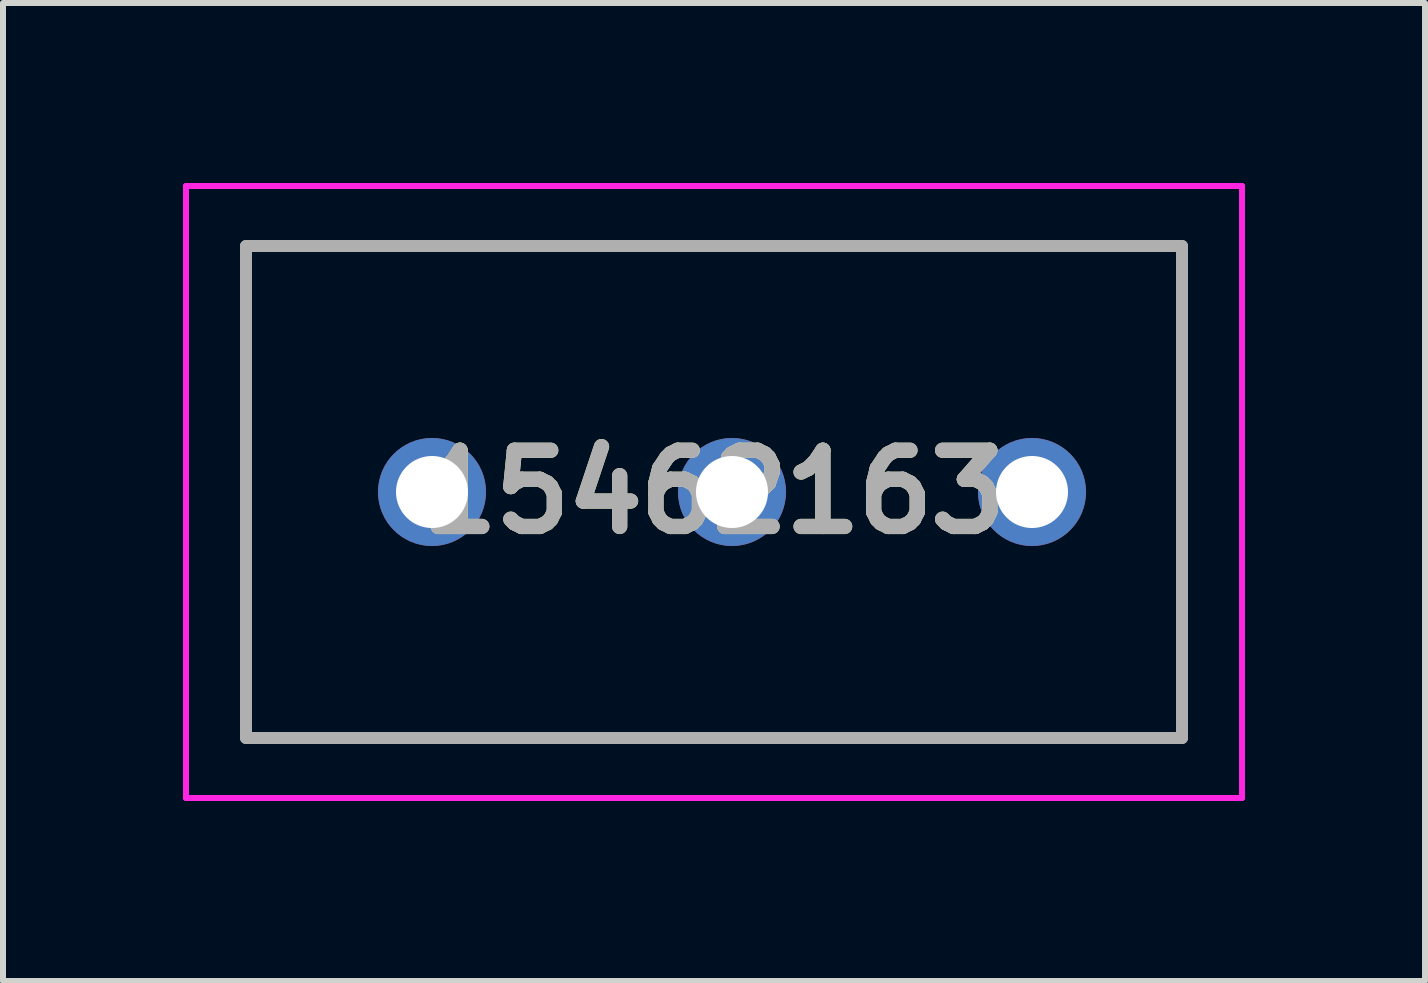
<source format=kicad_pcb>
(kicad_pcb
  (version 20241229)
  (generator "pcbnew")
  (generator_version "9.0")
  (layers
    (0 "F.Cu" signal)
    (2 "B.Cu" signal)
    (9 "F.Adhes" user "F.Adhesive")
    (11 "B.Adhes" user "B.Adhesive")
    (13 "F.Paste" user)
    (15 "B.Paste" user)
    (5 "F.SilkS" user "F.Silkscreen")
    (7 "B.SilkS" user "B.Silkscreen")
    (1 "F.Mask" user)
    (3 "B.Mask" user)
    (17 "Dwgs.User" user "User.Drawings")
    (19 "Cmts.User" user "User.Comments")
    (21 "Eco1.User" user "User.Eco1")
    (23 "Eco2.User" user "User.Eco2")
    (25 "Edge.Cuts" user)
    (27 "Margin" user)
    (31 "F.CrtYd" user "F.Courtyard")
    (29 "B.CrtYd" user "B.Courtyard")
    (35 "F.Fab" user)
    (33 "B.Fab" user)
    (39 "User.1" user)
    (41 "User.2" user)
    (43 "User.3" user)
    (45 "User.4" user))
  (footprint "15462163"
    (layer "F.Cu")
    (at 4.15 5.15)
    (property "Reference" "15462163" (at 4.7 0 0) (layer "F.SilkS") (effects (font (size 1.27 1.27) (thickness 0.254))))
    (attr through_hole)
    (fp_line (start -3.1 -4.1) (end 12.5 -4.1) (stroke (width 0.1) (type solid)) (layer "F.SilkS"))
    (fp_line (start -3.1 4.1) (end -3.1 -4.1) (stroke (width 0.1) (type solid)) (layer "F.SilkS"))
    (fp_line (start 12.5 -4.1) (end 12.5 4.1) (stroke (width 0.1) (type solid)) (layer "F.SilkS"))
    (fp_line (start 12.5 4.1) (end -3.1 4.1) (stroke (width 0.1) (type solid)) (layer "F.SilkS"))
    (fp_line (start -4.1 -5.1) (end 13.5 -5.1) (stroke (width 0.1) (type solid)) (layer "F.CrtYd"))
    (fp_line (start -4.1 5.1) (end -4.1 -5.1) (stroke (width 0.1) (type solid)) (layer "F.CrtYd"))
    (fp_line (start 13.5 -5.1) (end 13.5 5.1) (stroke (width 0.1) (type solid)) (layer "F.CrtYd"))
    (fp_line (start 13.5 5.1) (end -4.1 5.1) (stroke (width 0.1) (type solid)) (layer "F.CrtYd"))
    (fp_line (start -3.1 -4.1) (end 12.5 -4.1) (stroke (width 0.2) (type solid)) (layer "F.Fab"))
    (fp_line (start -3.1 4.1) (end -3.1 -4.1) (stroke (width 0.2) (type solid)) (layer "F.Fab"))
    (fp_line (start 12.5 -4.1) (end 12.5 4.1) (stroke (width 0.2) (type solid)) (layer "F.Fab"))
    (fp_line (start 12.5 4.1) (end -3.1 4.1) (stroke (width 0.2) (type solid)) (layer "F.Fab"))
    (fp_text user "${REFERENCE}" (at 4.7 0 0) (layer "F.Fab") (effects (font (size 1.27 1.27) (thickness 0.254))))
    (pad "1" thru_hole circle (at 0 0) (size 1.8 1.8) (drill 1.2) (layers "*.Cu" "*.Mask"))
    (pad "2" thru_hole circle (at 5 0) (size 1.8 1.8) (drill 1.2) (layers "*.Cu" "*.Mask"))
    (pad "3" thru_hole circle (at 10 0) (size 1.8 1.8) (drill 1.2) (layers "*.Cu" "*.Mask")))
  (gr_rect
    (start -3 -3)
    (end 20.7 13.3)
    (stroke (width 0.1) (type default))
    (fill no)
    (layer "Edge.Cuts")))
</source>
